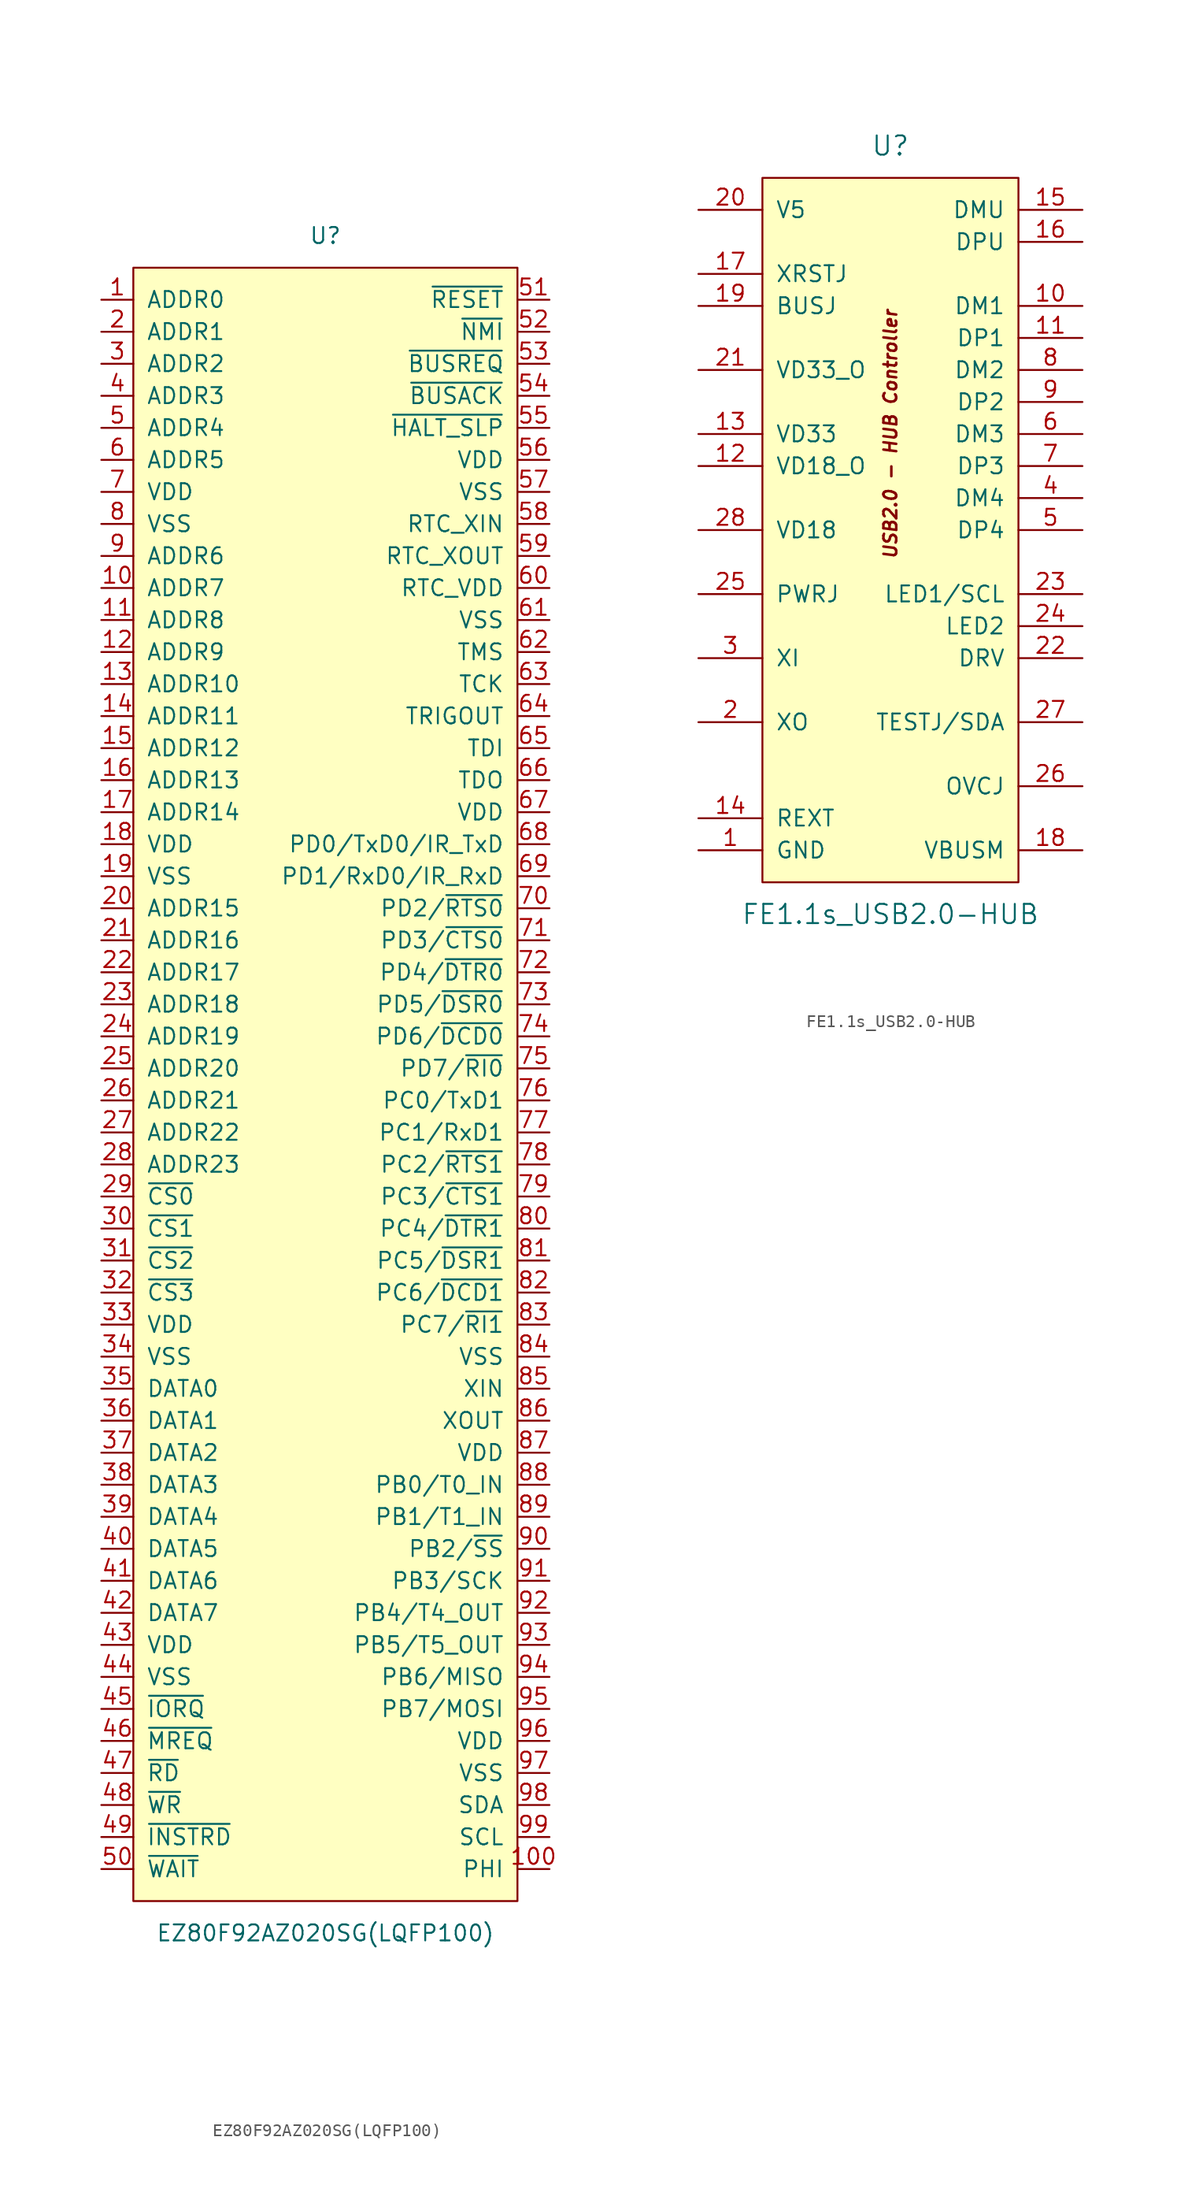
<source format=kicad_sym>
(kicad_symbol_lib
  (version 20220914)
  (generator kicad_symbol_editor)
  (symbol "EZ80F92AZ020SG(LQFP100)"
    (pin_names
      (offset 1.016))
    (property "Reference" "U"
      (at 0 66.04 0)
      (effects (font (size 1.27 1.27))))
    (property "Value" "EZ80F92AZ020SG(LQFP100)"
      (at 0 -68.58 0)
      (effects (font (size 1.27 1.27))))
    (symbol "EZ80F92AZ020SG(LQFP100)_0_1"
      (rectangle (start -15.24 63.5) (end 15.24 -66.04) (stroke (width 0) (type solid)) (fill (type background))))
    (symbol "EZ80F92AZ020SG(LQFP100)_1_1"
      (pin bidirectional line (at -17.78 60.96 0) (length 2.54) (name "ADDR0" (effects (font (size 1.27 1.27)))) (number "1" (effects (font (size 1.27 1.27)))))
      (pin bidirectional line (at -17.78 38.1 0) (length 2.54) (name "ADDR7" (effects (font (size 1.27 1.27)))) (number "10" (effects (font (size 1.27 1.27)))))
      (pin output line (at 17.78 -63.5 180) (length 2.54) (name "PHI" (effects (font (size 1.27 1.27)))) (number "100" (effects (font (size 1.27 1.27)))))
      (pin bidirectional line (at -17.78 35.56 0) (length 2.54) (name "ADDR8" (effects (font (size 1.27 1.27)))) (number "11" (effects (font (size 1.27 1.27)))))
      (pin bidirectional line (at -17.78 33.02 0) (length 2.54) (name "ADDR9" (effects (font (size 1.27 1.27)))) (number "12" (effects (font (size 1.27 1.27)))))
      (pin bidirectional line (at -17.78 30.48 0) (length 2.54) (name "ADDR10" (effects (font (size 1.27 1.27)))) (number "13" (effects (font (size 1.27 1.27)))))
      (pin bidirectional line (at -17.78 27.94 0) (length 2.54) (name "ADDR11" (effects (font (size 1.27 1.27)))) (number "14" (effects (font (size 1.27 1.27)))))
      (pin bidirectional line (at -17.78 25.4 0) (length 2.54) (name "ADDR12" (effects (font (size 1.27 1.27)))) (number "15" (effects (font (size 1.27 1.27)))))
      (pin bidirectional line (at -17.78 22.86 0) (length 2.54) (name "ADDR13" (effects (font (size 1.27 1.27)))) (number "16" (effects (font (size 1.27 1.27)))))
      (pin bidirectional line (at -17.78 20.32 0) (length 2.54) (name "ADDR14" (effects (font (size 1.27 1.27)))) (number "17" (effects (font (size 1.27 1.27)))))
      (pin power_in line (at -17.78 17.78 0) (length 2.54) (name "VDD" (effects (font (size 1.27 1.27)))) (number "18" (effects (font (size 1.27 1.27)))))
      (pin power_in line (at -17.78 15.24 0) (length 2.54) (name "VSS" (effects (font (size 1.27 1.27)))) (number "19" (effects (font (size 1.27 1.27)))))
      (pin bidirectional line (at -17.78 58.42 0) (length 2.54) (name "ADDR1" (effects (font (size 1.27 1.27)))) (number "2" (effects (font (size 1.27 1.27)))))
      (pin bidirectional line (at -17.78 12.7 0) (length 2.54) (name "ADDR15" (effects (font (size 1.27 1.27)))) (number "20" (effects (font (size 1.27 1.27)))))
      (pin bidirectional line (at -17.78 10.16 0) (length 2.54) (name "ADDR16" (effects (font (size 1.27 1.27)))) (number "21" (effects (font (size 1.27 1.27)))))
      (pin bidirectional line (at -17.78 7.62 0) (length 2.54) (name "ADDR17" (effects (font (size 1.27 1.27)))) (number "22" (effects (font (size 1.27 1.27)))))
      (pin bidirectional line (at -17.78 5.08 0) (length 2.54) (name "ADDR18" (effects (font (size 1.27 1.27)))) (number "23" (effects (font (size 1.27 1.27)))))
      (pin bidirectional line (at -17.78 2.54 0) (length 2.54) (name "ADDR19" (effects (font (size 1.27 1.27)))) (number "24" (effects (font (size 1.27 1.27)))))
      (pin bidirectional line (at -17.78 0 0) (length 2.54) (name "ADDR20" (effects (font (size 1.27 1.27)))) (number "25" (effects (font (size 1.27 1.27)))))
      (pin bidirectional line (at -17.78 -2.54 0) (length 2.54) (name "ADDR21" (effects (font (size 1.27 1.27)))) (number "26" (effects (font (size 1.27 1.27)))))
      (pin bidirectional line (at -17.78 -5.08 0) (length 2.54) (name "ADDR22" (effects (font (size 1.27 1.27)))) (number "27" (effects (font (size 1.27 1.27)))))
      (pin bidirectional line (at -17.78 -7.62 0) (length 2.54) (name "ADDR23" (effects (font (size 1.27 1.27)))) (number "28" (effects (font (size 1.27 1.27)))))
      (pin output line (at -17.78 -10.16 0) (length 2.54) (name "~{CS0}" (effects (font (size 1.27 1.27)))) (number "29" (effects (font (size 1.27 1.27)))))
      (pin bidirectional line (at -17.78 55.88 0) (length 2.54) (name "ADDR2" (effects (font (size 1.27 1.27)))) (number "3" (effects (font (size 1.27 1.27)))))
      (pin output line (at -17.78 -12.7 0) (length 2.54) (name "~{CS1}" (effects (font (size 1.27 1.27)))) (number "30" (effects (font (size 1.27 1.27)))))
      (pin output line (at -17.78 -15.24 0) (length 2.54) (name "~{CS2}" (effects (font (size 1.27 1.27)))) (number "31" (effects (font (size 1.27 1.27)))))
      (pin output line (at -17.78 -17.78 0) (length 2.54) (name "~{CS3}" (effects (font (size 1.27 1.27)))) (number "32" (effects (font (size 1.27 1.27)))))
      (pin power_in line (at -17.78 -20.32 0) (length 2.54) (name "VDD" (effects (font (size 1.27 1.27)))) (number "33" (effects (font (size 1.27 1.27)))))
      (pin power_in line (at -17.78 -22.86 0) (length 2.54) (name "VSS" (effects (font (size 1.27 1.27)))) (number "34" (effects (font (size 1.27 1.27)))))
      (pin bidirectional line (at -17.78 -25.4 0) (length 2.54) (name "DATA0" (effects (font (size 1.27 1.27)))) (number "35" (effects (font (size 1.27 1.27)))))
      (pin bidirectional line (at -17.78 -27.94 0) (length 2.54) (name "DATA1" (effects (font (size 1.27 1.27)))) (number "36" (effects (font (size 1.27 1.27)))))
      (pin bidirectional line (at -17.78 -30.48 0) (length 2.54) (name "DATA2" (effects (font (size 1.27 1.27)))) (number "37" (effects (font (size 1.27 1.27)))))
      (pin bidirectional line (at -17.78 -33.02 0) (length 2.54) (name "DATA3" (effects (font (size 1.27 1.27)))) (number "38" (effects (font (size 1.27 1.27)))))
      (pin bidirectional line (at -17.78 -35.56 0) (length 2.54) (name "DATA4" (effects (font (size 1.27 1.27)))) (number "39" (effects (font (size 1.27 1.27)))))
      (pin bidirectional line (at -17.78 53.34 0) (length 2.54) (name "ADDR3" (effects (font (size 1.27 1.27)))) (number "4" (effects (font (size 1.27 1.27)))))
      (pin bidirectional line (at -17.78 -38.1 0) (length 2.54) (name "DATA5" (effects (font (size 1.27 1.27)))) (number "40" (effects (font (size 1.27 1.27)))))
      (pin bidirectional line (at -17.78 -40.64 0) (length 2.54) (name "DATA6" (effects (font (size 1.27 1.27)))) (number "41" (effects (font (size 1.27 1.27)))))
      (pin bidirectional line (at -17.78 -43.18 0) (length 2.54) (name "DATA7" (effects (font (size 1.27 1.27)))) (number "42" (effects (font (size 1.27 1.27)))))
      (pin power_in line (at -17.78 -45.72 0) (length 2.54) (name "VDD" (effects (font (size 1.27 1.27)))) (number "43" (effects (font (size 1.27 1.27)))))
      (pin power_in line (at -17.78 -48.26 0) (length 2.54) (name "VSS" (effects (font (size 1.27 1.27)))) (number "44" (effects (font (size 1.27 1.27)))))
      (pin bidirectional line (at -17.78 -50.8 0) (length 2.54) (name "~{IORQ}" (effects (font (size 1.27 1.27)))) (number "45" (effects (font (size 1.27 1.27)))))
      (pin bidirectional line (at -17.78 -53.34 0) (length 2.54) (name "~{MREQ}" (effects (font (size 1.27 1.27)))) (number "46" (effects (font (size 1.27 1.27)))))
      (pin output line (at -17.78 -55.88 0) (length 2.54) (name "~{RD}" (effects (font (size 1.27 1.27)))) (number "47" (effects (font (size 1.27 1.27)))))
      (pin output line (at -17.78 -58.42 0) (length 2.54) (name "~{WR}" (effects (font (size 1.27 1.27)))) (number "48" (effects (font (size 1.27 1.27)))))
      (pin output line (at -17.78 -60.96 0) (length 2.54) (name "~{INSTRD}" (effects (font (size 1.27 1.27)))) (number "49" (effects (font (size 1.27 1.27)))))
      (pin bidirectional line (at -17.78 50.8 0) (length 2.54) (name "ADDR4" (effects (font (size 1.27 1.27)))) (number "5" (effects (font (size 1.27 1.27)))))
      (pin input line (at -17.78 -63.5 0) (length 2.54) (name "~{WAIT}" (effects (font (size 1.27 1.27)))) (number "50" (effects (font (size 1.27 1.27)))))
      (pin input line (at 17.78 60.96 180) (length 2.54) (name "~{RESET}" (effects (font (size 1.27 1.27)))) (number "51" (effects (font (size 1.27 1.27)))))
      (pin input line (at 17.78 58.42 180) (length 2.54) (name "~{NMI}" (effects (font (size 1.27 1.27)))) (number "52" (effects (font (size 1.27 1.27)))))
      (pin input line (at 17.78 55.88 180) (length 2.54) (name "~{BUSREQ}" (effects (font (size 1.27 1.27)))) (number "53" (effects (font (size 1.27 1.27)))))
      (pin output line (at 17.78 53.34 180) (length 2.54) (name "~{BUSACK}" (effects (font (size 1.27 1.27)))) (number "54" (effects (font (size 1.27 1.27)))))
      (pin output line (at 17.78 50.8 180) (length 2.54) (name "~{HALT_SLP}" (effects (font (size 1.27 1.27)))) (number "55" (effects (font (size 1.27 1.27)))))
      (pin power_in line (at 17.78 48.26 180) (length 2.54) (name "VDD" (effects (font (size 1.27 1.27)))) (number "56" (effects (font (size 1.27 1.27)))))
      (pin power_in line (at 17.78 45.72 180) (length 2.54) (name "VSS" (effects (font (size 1.27 1.27)))) (number "57" (effects (font (size 1.27 1.27)))))
      (pin input line (at 17.78 43.18 180) (length 2.54) (name "RTC_XIN" (effects (font (size 1.27 1.27)))) (number "58" (effects (font (size 1.27 1.27)))))
      (pin bidirectional line (at 17.78 40.64 180) (length 2.54) (name "RTC_XOUT" (effects (font (size 1.27 1.27)))) (number "59" (effects (font (size 1.27 1.27)))))
      (pin bidirectional line (at -17.78 48.26 0) (length 2.54) (name "ADDR5" (effects (font (size 1.27 1.27)))) (number "6" (effects (font (size 1.27 1.27)))))
      (pin power_in line (at 17.78 38.1 180) (length 2.54) (name "RTC_VDD" (effects (font (size 1.27 1.27)))) (number "60" (effects (font (size 1.27 1.27)))))
      (pin power_in line (at 17.78 35.56 180) (length 2.54) (name "VSS" (effects (font (size 1.27 1.27)))) (number "61" (effects (font (size 1.27 1.27)))))
      (pin input line (at 17.78 33.02 180) (length 2.54) (name "TMS" (effects (font (size 1.27 1.27)))) (number "62" (effects (font (size 1.27 1.27)))))
      (pin input line (at 17.78 30.48 180) (length 2.54) (name "TCK" (effects (font (size 1.27 1.27)))) (number "63" (effects (font (size 1.27 1.27)))))
      (pin output line (at 17.78 27.94 180) (length 2.54) (name "TRIGOUT" (effects (font (size 1.27 1.27)))) (number "64" (effects (font (size 1.27 1.27)))))
      (pin bidirectional line (at 17.78 25.4 180) (length 2.54) (name "TDI" (effects (font (size 1.27 1.27)))) (number "65" (effects (font (size 1.27 1.27)))))
      (pin output line (at 17.78 22.86 180) (length 2.54) (name "TDO" (effects (font (size 1.27 1.27)))) (number "66" (effects (font (size 1.27 1.27)))))
      (pin power_in line (at 17.78 20.32 180) (length 2.54) (name "VDD" (effects (font (size 1.27 1.27)))) (number "67" (effects (font (size 1.27 1.27)))))
      (pin bidirectional line (at 17.78 17.78 180) (length 2.54) (name "PD0/TxD0/IR_TxD" (effects (font (size 1.27 1.27)))) (number "68" (effects (font (size 1.27 1.27)))))
      (pin bidirectional line (at 17.78 15.24 180) (length 2.54) (name "PD1/RxD0/IR_RxD" (effects (font (size 1.27 1.27)))) (number "69" (effects (font (size 1.27 1.27)))))
      (pin power_in line (at -17.78 45.72 0) (length 2.54) (name "VDD" (effects (font (size 1.27 1.27)))) (number "7" (effects (font (size 1.27 1.27)))))
      (pin bidirectional line (at 17.78 12.7 180) (length 2.54) (name "PD2/~{RTS0}" (effects (font (size 1.27 1.27)))) (number "70" (effects (font (size 1.27 1.27)))))
      (pin bidirectional line (at 17.78 10.16 180) (length 2.54) (name "PD3/~{CTS0}" (effects (font (size 1.27 1.27)))) (number "71" (effects (font (size 1.27 1.27)))))
      (pin bidirectional line (at 17.78 7.62 180) (length 2.54) (name "PD4/~{DTR0}" (effects (font (size 1.27 1.27)))) (number "72" (effects (font (size 1.27 1.27)))))
      (pin bidirectional line (at 17.78 5.08 180) (length 2.54) (name "PD5/~{DSR0}" (effects (font (size 1.27 1.27)))) (number "73" (effects (font (size 1.27 1.27)))))
      (pin bidirectional line (at 17.78 2.54 180) (length 2.54) (name "PD6/~{DCD0}" (effects (font (size 1.27 1.27)))) (number "74" (effects (font (size 1.27 1.27)))))
      (pin bidirectional line (at 17.78 0 180) (length 2.54) (name "PD7/~{RI0}" (effects (font (size 1.27 1.27)))) (number "75" (effects (font (size 1.27 1.27)))))
      (pin bidirectional line (at 17.78 -2.54 180) (length 2.54) (name "PC0/TxD1" (effects (font (size 1.27 1.27)))) (number "76" (effects (font (size 1.27 1.27)))))
      (pin bidirectional line (at 17.78 -5.08 180) (length 2.54) (name "PC1/RxD1" (effects (font (size 1.27 1.27)))) (number "77" (effects (font (size 1.27 1.27)))))
      (pin bidirectional line (at 17.78 -7.62 180) (length 2.54) (name "PC2/~{RTS1}" (effects (font (size 1.27 1.27)))) (number "78" (effects (font (size 1.27 1.27)))))
      (pin bidirectional line (at 17.78 -10.16 180) (length 2.54) (name "PC3/~{CTS1}" (effects (font (size 1.27 1.27)))) (number "79" (effects (font (size 1.27 1.27)))))
      (pin power_in line (at -17.78 43.18 0) (length 2.54) (name "VSS" (effects (font (size 1.27 1.27)))) (number "8" (effects (font (size 1.27 1.27)))))
      (pin bidirectional line (at 17.78 -12.7 180) (length 2.54) (name "PC4/~{DTR1}" (effects (font (size 1.27 1.27)))) (number "80" (effects (font (size 1.27 1.27)))))
      (pin bidirectional line (at 17.78 -15.24 180) (length 2.54) (name "PC5/~{DSR1}" (effects (font (size 1.27 1.27)))) (number "81" (effects (font (size 1.27 1.27)))))
      (pin bidirectional line (at 17.78 -17.78 180) (length 2.54) (name "PC6/~{DCD1}" (effects (font (size 1.27 1.27)))) (number "82" (effects (font (size 1.27 1.27)))))
      (pin bidirectional line (at 17.78 -20.32 180) (length 2.54) (name "PC7/~{RI1}" (effects (font (size 1.27 1.27)))) (number "83" (effects (font (size 1.27 1.27)))))
      (pin power_in line (at 17.78 -22.86 180) (length 2.54) (name "VSS" (effects (font (size 1.27 1.27)))) (number "84" (effects (font (size 1.27 1.27)))))
      (pin input line (at 17.78 -25.4 180) (length 2.54) (name "XIN" (effects (font (size 1.27 1.27)))) (number "85" (effects (font (size 1.27 1.27)))))
      (pin output line (at 17.78 -27.94 180) (length 2.54) (name "XOUT" (effects (font (size 1.27 1.27)))) (number "86" (effects (font (size 1.27 1.27)))))
      (pin power_in line (at 17.78 -30.48 180) (length 2.54) (name "VDD" (effects (font (size 1.27 1.27)))) (number "87" (effects (font (size 1.27 1.27)))))
      (pin bidirectional line (at 17.78 -33.02 180) (length 2.54) (name "PB0/T0_IN" (effects (font (size 1.27 1.27)))) (number "88" (effects (font (size 1.27 1.27)))))
      (pin bidirectional line (at 17.78 -35.56 180) (length 2.54) (name "PB1/T1_IN" (effects (font (size 1.27 1.27)))) (number "89" (effects (font (size 1.27 1.27)))))
      (pin bidirectional line (at -17.78 40.64 0) (length 2.54) (name "ADDR6" (effects (font (size 1.27 1.27)))) (number "9" (effects (font (size 1.27 1.27)))))
      (pin bidirectional line (at 17.78 -38.1 180) (length 2.54) (name "PB2/~{SS}" (effects (font (size 1.27 1.27)))) (number "90" (effects (font (size 1.27 1.27)))))
      (pin bidirectional line (at 17.78 -40.64 180) (length 2.54) (name "PB3/SCK" (effects (font (size 1.27 1.27)))) (number "91" (effects (font (size 1.27 1.27)))))
      (pin bidirectional line (at 17.78 -43.18 180) (length 2.54) (name "PB4/T4_OUT" (effects (font (size 1.27 1.27)))) (number "92" (effects (font (size 1.27 1.27)))))
      (pin bidirectional line (at 17.78 -45.72 180) (length 2.54) (name "PB5/T5_OUT" (effects (font (size 1.27 1.27)))) (number "93" (effects (font (size 1.27 1.27)))))
      (pin bidirectional line (at 17.78 -48.26 180) (length 2.54) (name "PB6/MISO" (effects (font (size 1.27 1.27)))) (number "94" (effects (font (size 1.27 1.27)))))
      (pin bidirectional line (at 17.78 -50.8 180) (length 2.54) (name "PB7/MOSI" (effects (font (size 1.27 1.27)))) (number "95" (effects (font (size 1.27 1.27)))))
      (pin power_in line (at 17.78 -53.34 180) (length 2.54) (name "VDD" (effects (font (size 1.27 1.27)))) (number "96" (effects (font (size 1.27 1.27)))))
      (pin power_in line (at 17.78 -55.88 180) (length 2.54) (name "VSS" (effects (font (size 1.27 1.27)))) (number "97" (effects (font (size 1.27 1.27)))))
      (pin bidirectional line (at 17.78 -58.42 180) (length 2.54) (name "SDA" (effects (font (size 1.27 1.27)))) (number "98" (effects (font (size 1.27 1.27)))))
      (pin bidirectional line (at 17.78 -60.96 180) (length 2.54) (name "SCL" (effects (font (size 1.27 1.27)))) (number "99" (effects (font (size 1.27 1.27)))))))
  (symbol "FE1.1s_USB2.0-HUB"
    (pin_names
      (offset 1.016))
    (property "Reference" "U"
      (at 0 27.94 0)
      (effects (font (size 1.524 1.524))))
    (property "Value" "FE1.1s_USB2.0-HUB"
      (at 0 -33.02 0)
      (effects (font (size 1.524 1.524))))
    (symbol "FE1.1s_USB2.0-HUB_0_0"
      (text "USB2.0 - HUB Controller" (at 0 5.08 900) (effects (font (size 1.016 1.016) bold italic))))
    (symbol "FE1.1s_USB2.0-HUB_0_1"
      (rectangle (start -10.16 25.4) (end 10.16 -30.48) (stroke (width 0) (type solid)) (fill (type background))))
    (symbol "FE1.1s_USB2.0-HUB_1_1"
      (pin power_in line (at -15.24 -27.94 0) (length 5.08) (name "GND" (effects (font (size 1.27 1.27)))) (number "1" (effects (font (size 1.27 1.27)))))
      (pin bidirectional line (at 15.24 15.24 180) (length 5.08) (name "DM1" (effects (font (size 1.27 1.27)))) (number "10" (effects (font (size 1.27 1.27)))))
      (pin bidirectional line (at 15.24 12.7 180) (length 5.08) (name "DP1" (effects (font (size 1.27 1.27)))) (number "11" (effects (font (size 1.27 1.27)))))
      (pin power_out line (at -15.24 2.54 0) (length 5.08) (name "VD18_O" (effects (font (size 1.27 1.27)))) (number "12" (effects (font (size 1.27 1.27)))))
      (pin power_in line (at -15.24 5.08 0) (length 5.08) (name "VD33" (effects (font (size 1.27 1.27)))) (number "13" (effects (font (size 1.27 1.27)))))
      (pin passive line (at -15.24 -25.4 0) (length 5.08) (name "REXT" (effects (font (size 1.27 1.27)))) (number "14" (effects (font (size 1.27 1.27)))))
      (pin bidirectional line (at 15.24 22.86 180) (length 5.08) (name "DMU" (effects (font (size 1.27 1.27)))) (number "15" (effects (font (size 1.27 1.27)))))
      (pin bidirectional line (at 15.24 20.32 180) (length 5.08) (name "DPU" (effects (font (size 1.27 1.27)))) (number "16" (effects (font (size 1.27 1.27)))))
      (pin input line (at -15.24 17.78 0) (length 5.08) (name "XRSTJ" (effects (font (size 1.27 1.27)))) (number "17" (effects (font (size 1.27 1.27)))))
      (pin input line (at 15.24 -27.94 180) (length 5.08) (name "VBUSM" (effects (font (size 1.27 1.27)))) (number "18" (effects (font (size 1.27 1.27)))))
      (pin input line (at -15.24 15.24 0) (length 5.08) (name "BUSJ" (effects (font (size 1.27 1.27)))) (number "19" (effects (font (size 1.27 1.27)))))
      (pin output line (at -15.24 -17.78 0) (length 5.08) (name "XO" (effects (font (size 1.27 1.27)))) (number "2" (effects (font (size 1.27 1.27)))))
      (pin power_in line (at -15.24 22.86 0) (length 5.08) (name "V5" (effects (font (size 1.27 1.27)))) (number "20" (effects (font (size 1.27 1.27)))))
      (pin power_out line (at -15.24 10.16 0) (length 5.08) (name "VD33_O" (effects (font (size 1.27 1.27)))) (number "21" (effects (font (size 1.27 1.27)))))
      (pin bidirectional line (at 15.24 -12.7 180) (length 5.08) (name "DRV" (effects (font (size 1.27 1.27)))) (number "22" (effects (font (size 1.27 1.27)))))
      (pin bidirectional line (at 15.24 -7.62 180) (length 5.08) (name "LED1/SCL" (effects (font (size 1.27 1.27)))) (number "23" (effects (font (size 1.27 1.27)))))
      (pin bidirectional line (at 15.24 -10.16 180) (length 5.08) (name "LED2" (effects (font (size 1.27 1.27)))) (number "24" (effects (font (size 1.27 1.27)))))
      (pin output line (at -15.24 -7.62 0) (length 5.08) (name "PWRJ" (effects (font (size 1.27 1.27)))) (number "25" (effects (font (size 1.27 1.27)))))
      (pin input line (at 15.24 -22.86 180) (length 5.08) (name "OVCJ" (effects (font (size 1.27 1.27)))) (number "26" (effects (font (size 1.27 1.27)))))
      (pin bidirectional line (at 15.24 -17.78 180) (length 5.08) (name "TESTJ/SDA" (effects (font (size 1.27 1.27)))) (number "27" (effects (font (size 1.27 1.27)))))
      (pin power_in line (at -15.24 -2.54 0) (length 5.08) (name "VD18" (effects (font (size 1.27 1.27)))) (number "28" (effects (font (size 1.27 1.27)))))
      (pin input line (at -15.24 -12.7 0) (length 5.08) (name "XI" (effects (font (size 1.27 1.27)))) (number "3" (effects (font (size 1.27 1.27)))))
      (pin bidirectional line (at 15.24 0 180) (length 5.08) (name "DM4" (effects (font (size 1.27 1.27)))) (number "4" (effects (font (size 1.27 1.27)))))
      (pin bidirectional line (at 15.24 -2.54 180) (length 5.08) (name "DP4" (effects (font (size 1.27 1.27)))) (number "5" (effects (font (size 1.27 1.27)))))
      (pin bidirectional line (at 15.24 5.08 180) (length 5.08) (name "DM3" (effects (font (size 1.27 1.27)))) (number "6" (effects (font (size 1.27 1.27)))))
      (pin bidirectional line (at 15.24 2.54 180) (length 5.08) (name "DP3" (effects (font (size 1.27 1.27)))) (number "7" (effects (font (size 1.27 1.27)))))
      (pin bidirectional line (at 15.24 10.16 180) (length 5.08) (name "DM2" (effects (font (size 1.27 1.27)))) (number "8" (effects (font (size 1.27 1.27)))))
      (pin bidirectional line (at 15.24 7.62 180) (length 5.08) (name "DP2" (effects (font (size 1.27 1.27)))) (number "9" (effects (font (size 1.27 1.27))))))))
</source>
